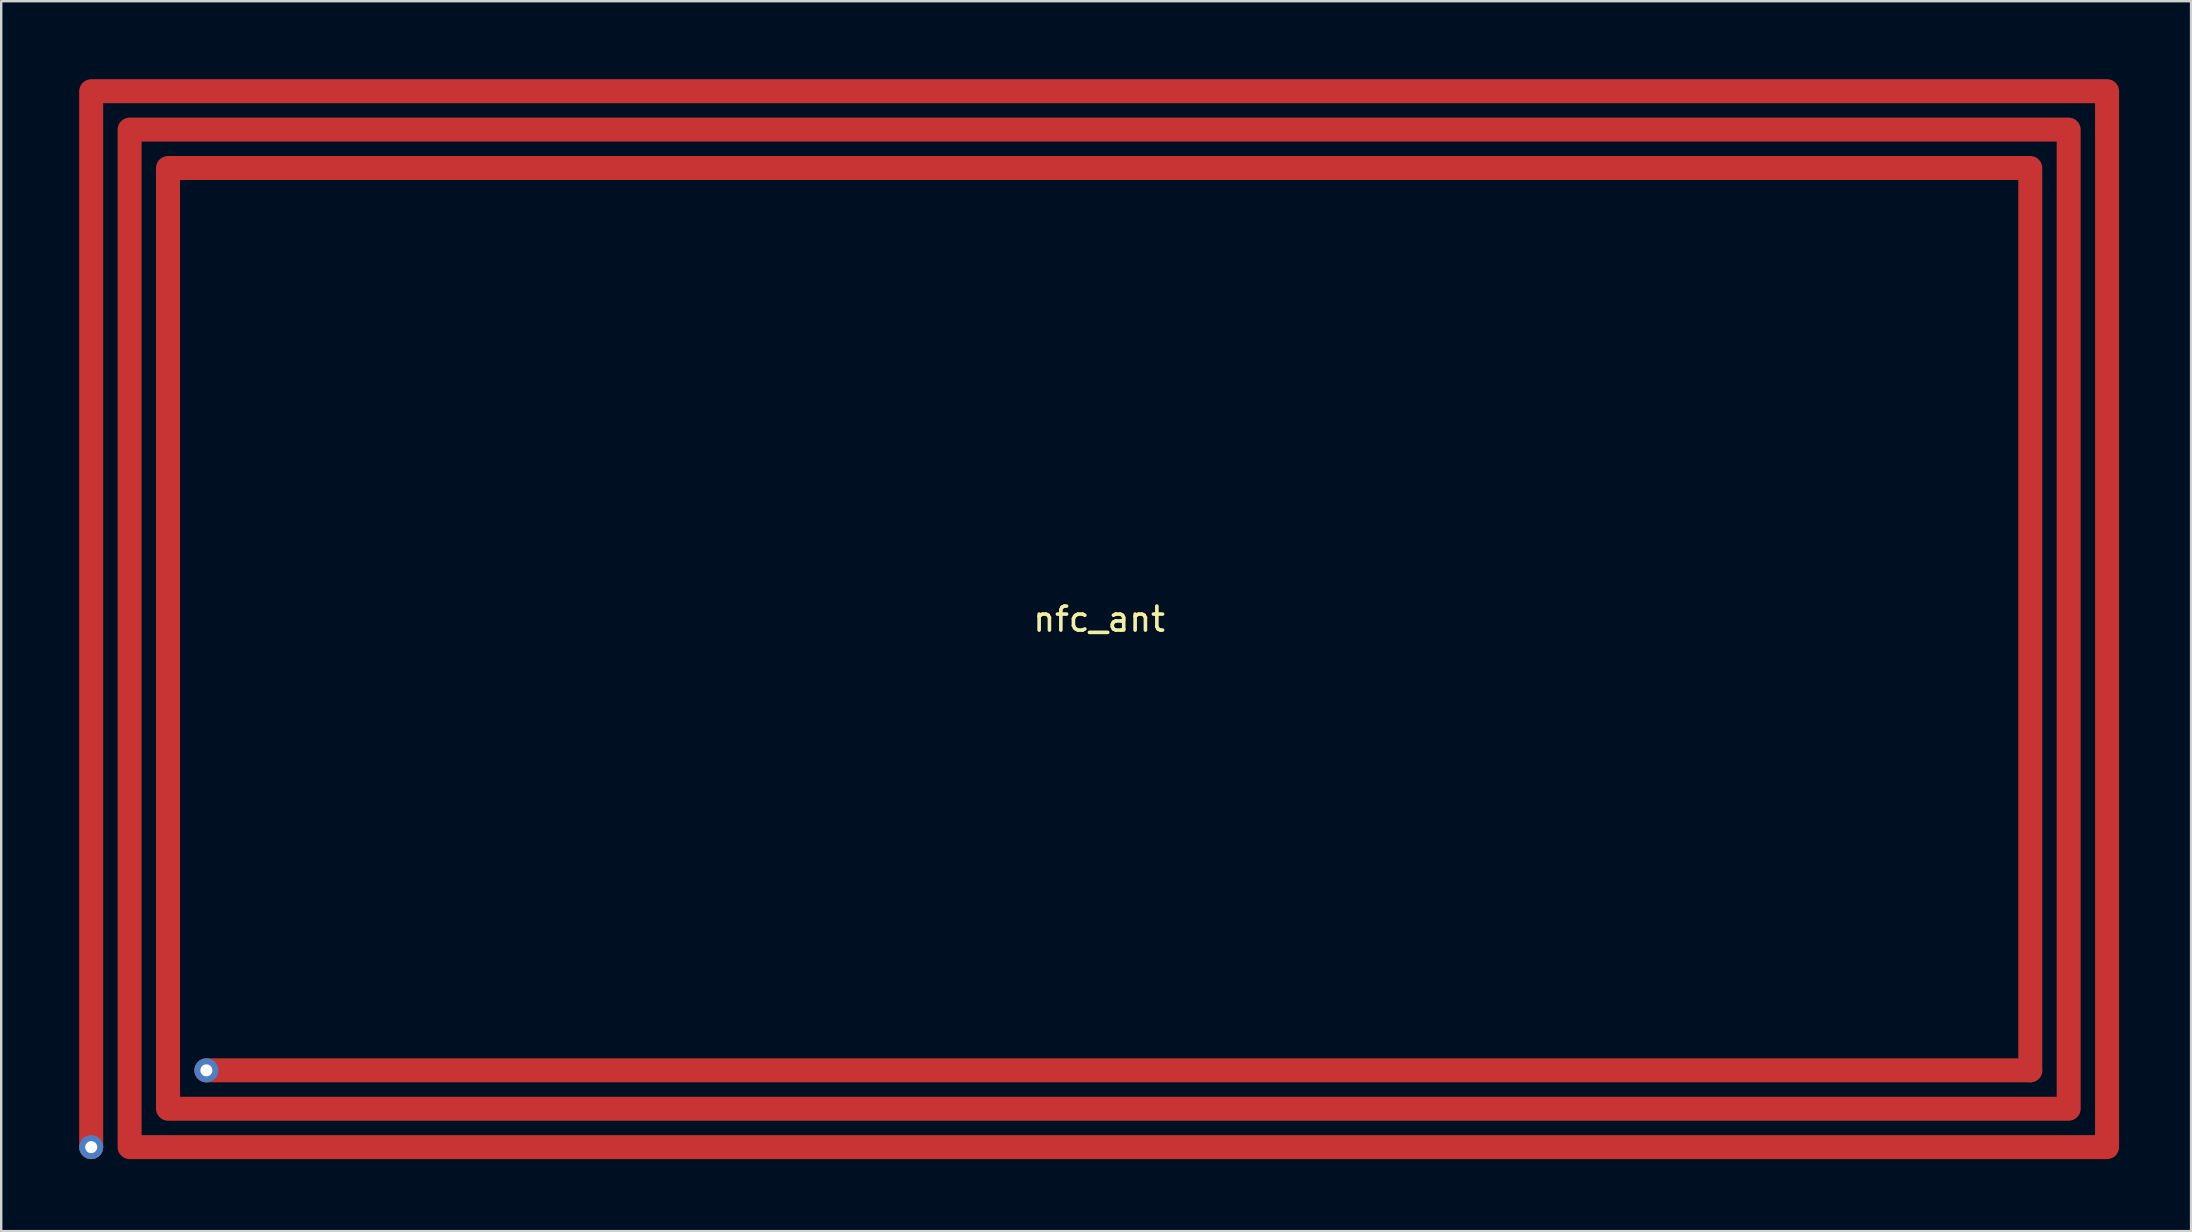
<source format=kicad_pcb>
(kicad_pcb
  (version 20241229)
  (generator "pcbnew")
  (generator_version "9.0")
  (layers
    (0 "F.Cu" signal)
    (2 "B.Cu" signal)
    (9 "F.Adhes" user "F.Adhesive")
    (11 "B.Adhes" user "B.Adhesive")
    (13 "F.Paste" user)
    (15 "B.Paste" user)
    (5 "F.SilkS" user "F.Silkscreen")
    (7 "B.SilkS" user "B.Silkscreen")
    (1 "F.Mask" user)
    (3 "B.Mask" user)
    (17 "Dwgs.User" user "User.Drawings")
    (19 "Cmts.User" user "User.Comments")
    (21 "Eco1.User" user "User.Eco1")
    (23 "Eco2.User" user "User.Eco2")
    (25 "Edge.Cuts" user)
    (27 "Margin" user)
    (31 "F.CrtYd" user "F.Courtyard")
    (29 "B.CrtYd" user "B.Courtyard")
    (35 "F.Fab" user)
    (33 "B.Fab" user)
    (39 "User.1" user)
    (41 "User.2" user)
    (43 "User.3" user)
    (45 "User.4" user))
  (footprint "nfc_ant"
    (layer "F.Cu")
    (at 0.25 0.25)
    (property "Reference" "nfc_ant" (at 42.5 22.5 0) (layer "F.SilkS") (effects (font (size 1 1) (thickness 0.15))))
    (attr through_hole)
    (pad "1" thru_hole circle (at 0.5 44.5) (size 1 1) (drill 0.5) (layers "*.Cu" "*.Mask"))
    (pad "1" smd custom (at 0.5 44.5) (size 1 1) (layers "F.Cu") (options (anchor circle)) (primitives (gr_line (start 0 0) (end 0 -44) (width 1)) (gr_line (start 0 -44) (end 84 -44) (width 1)) (gr_line (start 84 -44) (end 84 0) (width 1)) (gr_line (start 84 0) (end 1.6 0) (width 1)) (gr_line (start 1.6 0) (end 1.6 -42.4) (width 1)) (gr_line (start 1.6 -42.4) (end 82.4 -42.4) (width 1)) (gr_line (start 82.4 -42.4) (end 82.4 -1.6) (width 1)) (gr_line (start 82.4 -1.6) (end 3.2 -1.6) (width 1)) (gr_line (start 3.2 -1.6) (end 3.2 -40.8) (width 1)) (gr_line (start 3.2 -40.8) (end 80.8 -40.8) (width 1)) (gr_line (start 80.8 -40.8) (end 80.8 -3.2) (width 1))))
    (pad "2" thru_hole circle (at 5.3 41.3) (size 1 1) (drill 0.5) (layers "*.Cu" "*.Mask"))
    (pad "2" smd custom (at 5.3 41.3) (size 1 1) (layers "F.Cu") (options (anchor circle)) (primitives (gr_line (start 0 0) (end 76 0) (width 1)))))
  (gr_rect
    (start -3 -3)
    (end 88.25 48.25)
    (stroke (width 0.1) (type default))
    (fill no)
    (layer "Edge.Cuts")))
</source>
